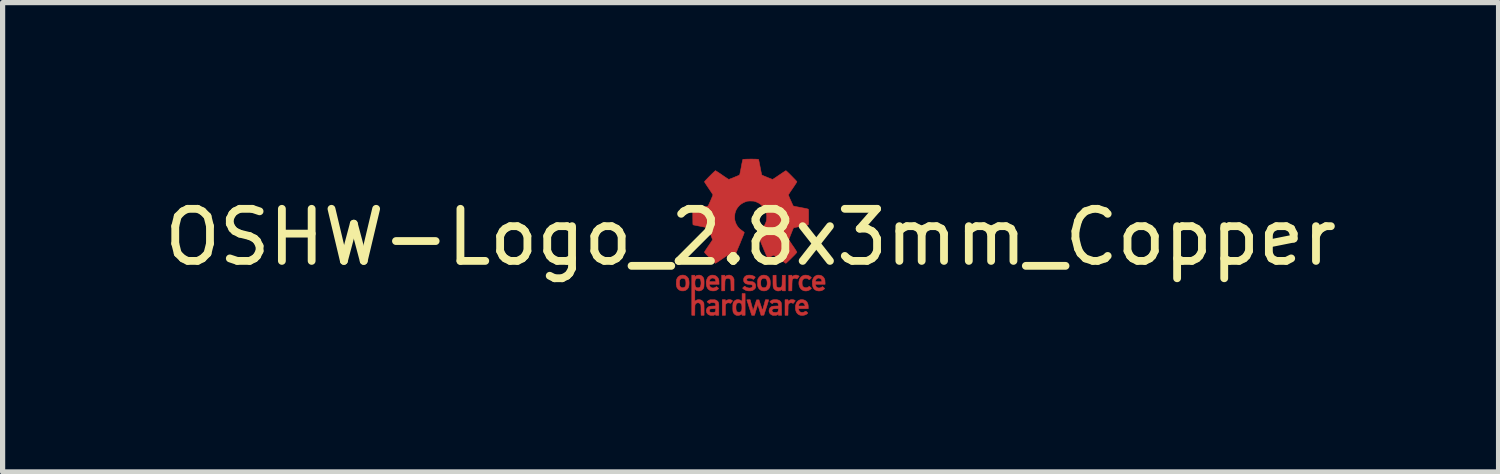
<source format=kicad_pcb>
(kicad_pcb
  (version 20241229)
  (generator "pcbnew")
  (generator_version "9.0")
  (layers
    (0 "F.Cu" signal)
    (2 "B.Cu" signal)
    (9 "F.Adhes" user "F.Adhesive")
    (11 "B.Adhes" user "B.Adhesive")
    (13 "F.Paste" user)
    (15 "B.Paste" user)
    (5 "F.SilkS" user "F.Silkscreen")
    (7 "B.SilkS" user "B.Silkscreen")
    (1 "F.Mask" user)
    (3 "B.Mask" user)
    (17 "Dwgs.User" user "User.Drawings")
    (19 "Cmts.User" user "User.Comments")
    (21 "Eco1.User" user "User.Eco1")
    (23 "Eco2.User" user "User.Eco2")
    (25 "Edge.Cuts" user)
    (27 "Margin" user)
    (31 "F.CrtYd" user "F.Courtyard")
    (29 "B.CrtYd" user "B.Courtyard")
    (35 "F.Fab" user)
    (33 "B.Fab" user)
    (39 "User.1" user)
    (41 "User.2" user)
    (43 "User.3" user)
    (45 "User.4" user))
  (footprint "OSHW-Logo_2.8x3mm_Copper"
    (layer "F.Cu")
    (at 11.363 1.505)
    (property "Reference" "OSHW-Logo_2.8x3mm_Copper" (at 0 0 0) (layer "F.SilkS") (effects (font (size 1 1) (thickness 0.15))))
    (attr exclude_from_pos_files exclude_from_bom)
    (fp_poly (pts (xy 0.897 0.731) (xy 0.915 0.738) (xy 0.925 0.744) (xy 0.934 0.751) (xy 0.892 0.802) (xy 0.877 0.795) (xy 0.859 0.789) (xy 0.842 0.789) (xy 0.825 0.795) (xy 0.817 0.798) (xy 0.811 0.802) (xy 0.806 0.808) (xy 0.803 0.815) (xy 0.8 0.824) (xy 0.798 0.838) (xy 0.797 0.855) (xy 0.796 0.878) (xy 0.795 0.907) (xy 0.795 0.927) (xy 0.793 1.029) (xy 0.733 1.031) (xy 0.733 0.73) (xy 0.795 0.73) (xy 0.795 0.759) (xy 0.807 0.75) (xy 0.826 0.738) (xy 0.845 0.73) (xy 0.859 0.728) (xy 0.877 0.727) (xy 0.897 0.731)) (stroke (width 0.01) (type solid)) (fill yes) (layer "F.Cu"))
    (fp_poly (pts (xy 0.816 1.2) (xy 0.835 1.205) (xy 0.85 1.213) (xy 0.855 1.216) (xy 0.857 1.219) (xy 0.857 1.222) (xy 0.854 1.227) (xy 0.848 1.235) (xy 0.839 1.247) (xy 0.828 1.259) (xy 0.818 1.272) (xy 0.805 1.266) (xy 0.786 1.26) (xy 0.767 1.26) (xy 0.749 1.266) (xy 0.734 1.277) (xy 0.729 1.284) (xy 0.726 1.289) (xy 0.724 1.293) (xy 0.723 1.298) (xy 0.722 1.306) (xy 0.721 1.316) (xy 0.72 1.331) (xy 0.72 1.35) (xy 0.72 1.374) (xy 0.719 1.398) (xy 0.718 1.499) (xy 0.661 1.499) (xy 0.661 1.201) (xy 0.719 1.201) (xy 0.719 1.23) (xy 0.736 1.218) (xy 0.755 1.207) (xy 0.772 1.2) (xy 0.792 1.198) (xy 0.798 1.198) (xy 0.816 1.2)) (stroke (width 0.01) (type solid)) (fill yes) (layer "F.Cu"))
    (fp_poly (pts (xy -0.385 1.2) (xy -0.372 1.205) (xy -0.371 1.205) (xy -0.358 1.211) (xy -0.35 1.216) (xy -0.348 1.222) (xy -0.352 1.23) (xy -0.36 1.241) (xy -0.365 1.246) (xy -0.374 1.257) (xy -0.382 1.265) (xy -0.387 1.27) (xy -0.388 1.27) (xy -0.392 1.269) (xy -0.399 1.265) (xy -0.408 1.262) (xy -0.421 1.26) (xy -0.426 1.26) (xy -0.447 1.263) (xy -0.464 1.272) (xy -0.475 1.286) (xy -0.478 1.29) (xy -0.479 1.294) (xy -0.481 1.3) (xy -0.481 1.309) (xy -0.482 1.32) (xy -0.482 1.336) (xy -0.483 1.357) (xy -0.483 1.384) (xy -0.483 1.398) (xy -0.483 1.499) (xy -0.544 1.499) (xy -0.544 1.201) (xy -0.483 1.201) (xy -0.483 1.232) (xy -0.473 1.222) (xy -0.455 1.209) (xy -0.434 1.202) (xy -0.414 1.199) (xy -0.398 1.198) (xy -0.385 1.2)) (stroke (width 0.01) (type solid)) (fill yes) (layer "F.Cu"))
    (fp_poly (pts (xy -0.384 0.732) (xy -0.362 0.743) (xy -0.343 0.76) (xy -0.329 0.782) (xy -0.318 0.803) (xy -0.318 1.029) (xy -0.376 1.029) (xy -0.377 0.927) (xy -0.378 0.897) (xy -0.379 0.873) (xy -0.379 0.855) (xy -0.38 0.841) (xy -0.381 0.832) (xy -0.382 0.825) (xy -0.383 0.82) (xy -0.385 0.816) (xy -0.387 0.814) (xy -0.402 0.799) (xy -0.42 0.79) (xy -0.439 0.788) (xy -0.459 0.793) (xy -0.462 0.794) (xy -0.47 0.799) (xy -0.476 0.803) (xy -0.482 0.808) (xy -0.485 0.815) (xy -0.488 0.825) (xy -0.49 0.838) (xy -0.492 0.855) (xy -0.493 0.877) (xy -0.493 0.906) (xy -0.494 0.927) (xy -0.495 1.029) (xy -0.555 1.031) (xy -0.555 0.73) (xy -0.494 0.73) (xy -0.494 0.759) (xy -0.482 0.75) (xy -0.458 0.736) (xy -0.433 0.729) (xy -0.408 0.727) (xy -0.384 0.732)) (stroke (width 0.01) (type solid)) (fill yes) (layer "F.Cu"))
    (fp_poly (pts (xy 0.668 1.031) (xy 0.638 1.03) (xy 0.608 1.029) (xy 0.607 1.016) (xy 0.606 1.003) (xy 0.588 1.015) (xy 0.575 1.022) (xy 0.563 1.027) (xy 0.556 1.029) (xy 0.545 1.031) (xy 0.536 1.032) (xy 0.535 1.032) (xy 0.527 1.032) (xy 0.516 1.031) (xy 0.513 1.031) (xy 0.488 1.022) (xy 0.465 1.007) (xy 0.455 0.997) (xy 0.448 0.989) (xy 0.443 0.981) (xy 0.439 0.973) (xy 0.436 0.963) (xy 0.433 0.951) (xy 0.432 0.935) (xy 0.431 0.916) (xy 0.43 0.891) (xy 0.43 0.86) (xy 0.43 0.838) (xy 0.43 0.731) (xy 0.49 0.729) (xy 0.491 0.83) (xy 0.491 0.863) (xy 0.492 0.889) (xy 0.493 0.909) (xy 0.494 0.925) (xy 0.496 0.937) (xy 0.5 0.946) (xy 0.504 0.952) (xy 0.51 0.957) (xy 0.518 0.962) (xy 0.524 0.965) (xy 0.543 0.971) (xy 0.562 0.97) (xy 0.579 0.963) (xy 0.584 0.959) (xy 0.59 0.955) (xy 0.594 0.95) (xy 0.598 0.944) (xy 0.6 0.937) (xy 0.602 0.928) (xy 0.604 0.915) (xy 0.605 0.898) (xy 0.605 0.875) (xy 0.606 0.847) (xy 0.606 0.833) (xy 0.608 0.731) (xy 0.638 0.73) (xy 0.668 0.729) (xy 0.668 1.031)) (stroke (width 0.01) (type solid)) (fill yes) (layer "F.Cu"))
    (fp_poly (pts (xy -0.105 1.499) (xy -0.163 1.499) (xy -0.163 1.47) (xy -0.182 1.483) (xy -0.207 1.496) (xy -0.234 1.502) (xy -0.26 1.501) (xy -0.279 1.497) (xy -0.296 1.488) (xy -0.312 1.474) (xy -0.326 1.457) (xy -0.335 1.439) (xy -0.336 1.437) (xy -0.338 1.424) (xy -0.34 1.406) (xy -0.341 1.384) (xy -0.342 1.36) (xy -0.341 1.352) (xy -0.281 1.352) (xy -0.28 1.381) (xy -0.276 1.403) (xy -0.27 1.42) (xy -0.261 1.431) (xy -0.248 1.437) (xy -0.231 1.44) (xy -0.219 1.44) (xy -0.205 1.439) (xy -0.196 1.436) (xy -0.188 1.431) (xy -0.186 1.429) (xy -0.177 1.417) (xy -0.171 1.402) (xy -0.167 1.383) (xy -0.166 1.357) (xy -0.166 1.35) (xy -0.167 1.323) (xy -0.17 1.302) (xy -0.175 1.286) (xy -0.183 1.274) (xy -0.186 1.272) (xy -0.193 1.266) (xy -0.201 1.262) (xy -0.213 1.261) (xy -0.219 1.26) (xy -0.239 1.261) (xy -0.254 1.265) (xy -0.265 1.274) (xy -0.273 1.287) (xy -0.278 1.306) (xy -0.281 1.332) (xy -0.281 1.352) (xy -0.341 1.352) (xy -0.341 1.335) (xy -0.341 1.311) (xy -0.339 1.289) (xy -0.337 1.272) (xy -0.335 1.263) (xy -0.326 1.243) (xy -0.311 1.225) (xy -0.292 1.211) (xy -0.276 1.203) (xy -0.252 1.198) (xy -0.229 1.199) (xy -0.205 1.206) (xy -0.18 1.219) (xy -0.171 1.225) (xy -0.163 1.231) (xy -0.163 1.082) (xy -0.105 1.082) (xy -0.105 1.499)) (stroke (width 0.01) (type solid)) (fill yes) (layer "F.Cu"))
    (fp_poly (pts (xy 1.089 0.731) (xy 1.115 0.738) (xy 1.137 0.75) (xy 1.151 0.761) (xy 1.169 0.778) (xy 1.157 0.79) (xy 1.148 0.8) (xy 1.138 0.808) (xy 1.135 0.81) (xy 1.126 0.817) (xy 1.109 0.804) (xy 1.089 0.793) (xy 1.068 0.788) (xy 1.047 0.789) (xy 1.028 0.796) (xy 1.011 0.808) (xy 0.999 0.825) (xy 0.998 0.826) (xy 0.994 0.836) (xy 0.991 0.845) (xy 0.99 0.856) (xy 0.989 0.872) (xy 0.989 0.88) (xy 0.99 0.903) (xy 0.993 0.921) (xy 0.998 0.935) (xy 1.006 0.946) (xy 1.009 0.95) (xy 1.025 0.962) (xy 1.045 0.969) (xy 1.066 0.971) (xy 1.087 0.967) (xy 1.107 0.958) (xy 1.117 0.95) (xy 1.123 0.945) (xy 1.128 0.944) (xy 1.132 0.947) (xy 1.14 0.954) (xy 1.15 0.963) (xy 1.151 0.963) (xy 1.169 0.981) (xy 1.158 0.993) (xy 1.148 1.001) (xy 1.135 1.01) (xy 1.126 1.016) (xy 1.113 1.022) (xy 1.101 1.026) (xy 1.088 1.029) (xy 1.069 1.032) (xy 1.069 1.032) (xy 1.061 1.032) (xy 1.05 1.032) (xy 1.041 1.031) (xy 1.013 1.024) (xy 0.988 1.011) (xy 0.966 0.993) (xy 0.949 0.97) (xy 0.937 0.943) (xy 0.929 0.912) (xy 0.927 0.878) (xy 0.929 0.851) (xy 0.937 0.818) (xy 0.95 0.789) (xy 0.968 0.765) (xy 0.991 0.747) (xy 1.007 0.738) (xy 1.02 0.733) (xy 1.032 0.73) (xy 1.045 0.728) (xy 1.06 0.728) (xy 1.089 0.731)) (stroke (width 0.01) (type solid)) (fill yes) (layer "F.Cu"))
    (fp_poly (pts (xy 0.991 1.199) (xy 1.019 1.203) (xy 1.043 1.212) (xy 1.064 1.226) (xy 1.065 1.227) (xy 1.083 1.246) (xy 1.095 1.268) (xy 1.103 1.294) (xy 1.107 1.325) (xy 1.107 1.338) (xy 1.107 1.372) (xy 0.922 1.372) (xy 0.922 1.382) (xy 0.924 1.395) (xy 0.931 1.41) (xy 0.939 1.423) (xy 0.944 1.429) (xy 0.961 1.439) (xy 0.98 1.444) (xy 1.002 1.444) (xy 1.025 1.438) (xy 1.047 1.426) (xy 1.053 1.422) (xy 1.057 1.421) (xy 1.062 1.422) (xy 1.07 1.427) (xy 1.08 1.435) (xy 1.089 1.444) (xy 1.096 1.452) (xy 1.099 1.457) (xy 1.099 1.457) (xy 1.095 1.461) (xy 1.088 1.468) (xy 1.08 1.475) (xy 1.055 1.489) (xy 1.026 1.498) (xy 0.996 1.502) (xy 0.965 1.5) (xy 0.945 1.495) (xy 0.92 1.484) (xy 0.9 1.467) (xy 0.883 1.445) (xy 0.871 1.418) (xy 0.863 1.388) (xy 0.861 1.355) (xy 0.863 1.321) (xy 0.921 1.321) (xy 1.045 1.321) (xy 1.045 1.313) (xy 1.043 1.301) (xy 1.036 1.287) (xy 1.027 1.274) (xy 1.017 1.264) (xy 1.016 1.264) (xy 1.008 1.259) (xy 0.999 1.257) (xy 0.987 1.256) (xy 0.981 1.257) (xy 0.959 1.261) (xy 0.943 1.27) (xy 0.931 1.284) (xy 0.924 1.305) (xy 0.924 1.308) (xy 0.921 1.321) (xy 0.863 1.321) (xy 0.863 1.319) (xy 0.866 1.304) (xy 0.875 1.272) (xy 0.889 1.246) (xy 0.908 1.225) (xy 0.93 1.21) (xy 0.956 1.201) (xy 0.985 1.198) (xy 0.991 1.199)) (stroke (width 0.01) (type solid)) (fill yes) (layer "F.Cu"))
    (fp_poly (pts (xy 0.285 0.731) (xy 0.31 0.739) (xy 0.333 0.753) (xy 0.337 0.757) (xy 0.354 0.776) (xy 0.366 0.796) (xy 0.374 0.82) (xy 0.377 0.847) (xy 0.378 0.879) (xy 0.377 0.909) (xy 0.374 0.936) (xy 0.369 0.958) (xy 0.365 0.968) (xy 0.349 0.991) (xy 0.329 1.009) (xy 0.305 1.023) (xy 0.277 1.03) (xy 0.247 1.031) (xy 0.235 1.03) (xy 0.208 1.023) (xy 0.184 1.01) (xy 0.164 0.992) (xy 0.148 0.968) (xy 0.141 0.95) (xy 0.138 0.94) (xy 0.136 0.929) (xy 0.135 0.918) (xy 0.134 0.903) (xy 0.135 0.884) (xy 0.135 0.882) (xy 0.195 0.882) (xy 0.195 0.882) (xy 0.196 0.908) (xy 0.199 0.928) (xy 0.204 0.943) (xy 0.212 0.954) (xy 0.223 0.963) (xy 0.235 0.968) (xy 0.253 0.971) (xy 0.273 0.969) (xy 0.288 0.963) (xy 0.302 0.951) (xy 0.311 0.935) (xy 0.317 0.913) (xy 0.319 0.885) (xy 0.318 0.863) (xy 0.315 0.839) (xy 0.31 0.821) (xy 0.302 0.807) (xy 0.29 0.798) (xy 0.285 0.795) (xy 0.264 0.788) (xy 0.244 0.789) (xy 0.225 0.796) (xy 0.213 0.805) (xy 0.206 0.814) (xy 0.201 0.824) (xy 0.197 0.839) (xy 0.195 0.857) (xy 0.195 0.882) (xy 0.135 0.882) (xy 0.135 0.87) (xy 0.135 0.849) (xy 0.136 0.833) (xy 0.137 0.821) (xy 0.139 0.812) (xy 0.142 0.804) (xy 0.145 0.796) (xy 0.146 0.794) (xy 0.16 0.774) (xy 0.177 0.755) (xy 0.197 0.741) (xy 0.212 0.734) (xy 0.228 0.73) (xy 0.248 0.728) (xy 0.256 0.728) (xy 0.285 0.731)) (stroke (width 0.01) (type solid)) (fill yes) (layer "F.Cu"))
    (fp_poly (pts (xy -1.278 0.729) (xy -1.254 0.736) (xy -1.252 0.738) (xy -1.229 0.751) (xy -1.21 0.77) (xy -1.195 0.791) (xy -1.194 0.793) (xy -1.187 0.813) (xy -1.183 0.837) (xy -1.181 0.864) (xy -1.181 0.893) (xy -1.183 0.92) (xy -1.187 0.945) (xy -1.194 0.965) (xy -1.195 0.968) (xy -1.211 0.992) (xy -1.232 1.01) (xy -1.256 1.023) (xy -1.284 1.03) (xy -1.315 1.031) (xy -1.326 1.03) (xy -1.352 1.023) (xy -1.376 1.01) (xy -1.39 0.998) (xy -1.404 0.982) (xy -1.414 0.965) (xy -1.421 0.945) (xy -1.425 0.92) (xy -1.426 0.891) (xy -1.426 0.88) (xy -1.365 0.88) (xy -1.365 0.88) (xy -1.365 0.9) (xy -1.364 0.914) (xy -1.362 0.924) (xy -1.36 0.933) (xy -1.357 0.939) (xy -1.346 0.955) (xy -1.33 0.966) (xy -1.312 0.971) (xy -1.292 0.97) (xy -1.274 0.963) (xy -1.261 0.954) (xy -1.251 0.941) (xy -1.245 0.924) (xy -1.242 0.902) (xy -1.242 0.874) (xy -1.242 0.871) (xy -1.244 0.847) (xy -1.247 0.829) (xy -1.252 0.815) (xy -1.261 0.805) (xy -1.272 0.797) (xy -1.274 0.796) (xy -1.288 0.79) (xy -1.301 0.788) (xy -1.31 0.789) (xy -1.328 0.792) (xy -1.342 0.801) (xy -1.354 0.815) (xy -1.357 0.82) (xy -1.36 0.828) (xy -1.363 0.836) (xy -1.364 0.846) (xy -1.365 0.86) (xy -1.365 0.88) (xy -1.426 0.88) (xy -1.426 0.864) (xy -1.425 0.844) (xy -1.424 0.83) (xy -1.422 0.819) (xy -1.42 0.81) (xy -1.416 0.801) (xy -1.412 0.794) (xy -1.399 0.771) (xy -1.381 0.754) (xy -1.359 0.74) (xy -1.354 0.737) (xy -1.331 0.73) (xy -1.305 0.727) (xy -1.278 0.729)) (stroke (width 0.01) (type solid)) (fill yes) (layer "F.Cu"))
    (fp_poly (pts (xy -0.728 0.728) (xy -0.697 0.731) (xy -0.671 0.741) (xy -0.648 0.756) (xy -0.629 0.778) (xy -0.62 0.794) (xy -0.615 0.805) (xy -0.611 0.815) (xy -0.609 0.824) (xy -0.608 0.837) (xy -0.607 0.853) (xy -0.607 0.861) (xy -0.605 0.904) (xy -0.698 0.904) (xy -0.727 0.904) (xy -0.75 0.904) (xy -0.767 0.904) (xy -0.779 0.905) (xy -0.786 0.907) (xy -0.79 0.909) (xy -0.791 0.913) (xy -0.79 0.919) (xy -0.788 0.926) (xy -0.787 0.93) (xy -0.778 0.948) (xy -0.764 0.962) (xy -0.746 0.971) (xy -0.725 0.975) (xy -0.709 0.974) (xy -0.697 0.971) (xy -0.683 0.965) (xy -0.674 0.96) (xy -0.654 0.948) (xy -0.636 0.963) (xy -0.627 0.971) (xy -0.619 0.977) (xy -0.615 0.98) (xy -0.615 0.985) (xy -0.621 0.993) (xy -0.623 0.995) (xy -0.644 1.012) (xy -0.67 1.024) (xy -0.699 1.031) (xy -0.732 1.031) (xy -0.743 1.03) (xy -0.763 1.026) (xy -0.784 1.018) (xy -0.802 1.007) (xy -0.808 1.003) (xy -0.825 0.983) (xy -0.838 0.959) (xy -0.847 0.931) (xy -0.851 0.901) (xy -0.852 0.87) (xy -0.85 0.853) (xy -0.792 0.853) (xy -0.668 0.853) (xy -0.668 0.843) (xy -0.671 0.828) (xy -0.678 0.813) (xy -0.687 0.8) (xy -0.694 0.795) (xy -0.714 0.786) (xy -0.734 0.784) (xy -0.752 0.789) (xy -0.768 0.799) (xy -0.781 0.815) (xy -0.789 0.835) (xy -0.79 0.839) (xy -0.792 0.853) (xy -0.85 0.853) (xy -0.848 0.838) (xy -0.84 0.809) (xy -0.827 0.782) (xy -0.817 0.766) (xy -0.804 0.754) (xy -0.788 0.743) (xy -0.781 0.74) (xy -0.768 0.733) (xy -0.756 0.73) (xy -0.745 0.728) (xy -0.729 0.728) (xy -0.728 0.728)) (stroke (width 0.01) (type solid)) (fill yes) (layer "F.Cu"))
    (fp_poly (pts (xy 0.018 1.298) (xy 0.025 1.324) (xy 0.032 1.348) (xy 0.037 1.368) (xy 0.042 1.385) (xy 0.045 1.396) (xy 0.047 1.402) (xy 0.047 1.402) (xy 0.049 1.401) (xy 0.052 1.393) (xy 0.058 1.378) (xy 0.065 1.358) (xy 0.074 1.331) (xy 0.082 1.306) (xy 0.115 1.203) (xy 0.161 1.203) (xy 0.194 1.305) (xy 0.204 1.334) (xy 0.212 1.357) (xy 0.218 1.374) (xy 0.222 1.387) (xy 0.226 1.394) (xy 0.228 1.398) (xy 0.23 1.399) (xy 0.231 1.397) (xy 0.231 1.397) (xy 0.233 1.392) (xy 0.236 1.38) (xy 0.241 1.363) (xy 0.247 1.342) (xy 0.253 1.319) (xy 0.26 1.295) (xy 0.285 1.201) (xy 0.317 1.201) (xy 0.331 1.202) (xy 0.342 1.202) (xy 0.348 1.204) (xy 0.348 1.204) (xy 0.347 1.208) (xy 0.344 1.218) (xy 0.339 1.234) (xy 0.333 1.254) (xy 0.325 1.278) (xy 0.317 1.306) (xy 0.307 1.336) (xy 0.302 1.352) (xy 0.255 1.497) (xy 0.201 1.499) (xy 0.17 1.398) (xy 0.163 1.372) (xy 0.155 1.349) (xy 0.149 1.329) (xy 0.144 1.314) (xy 0.14 1.303) (xy 0.138 1.299) (xy 0.138 1.299) (xy 0.136 1.303) (xy 0.132 1.313) (xy 0.128 1.327) (xy 0.122 1.346) (xy 0.115 1.367) (xy 0.114 1.37) (xy 0.107 1.394) (xy 0.1 1.417) (xy 0.094 1.439) (xy 0.088 1.457) (xy 0.085 1.469) (xy 0.076 1.499) (xy 0.022 1.499) (xy -0.001 1.426) (xy -0.01 1.397) (xy -0.021 1.365) (xy -0.031 1.332) (xy -0.041 1.301) (xy -0.047 1.281) (xy -0.054 1.26) (xy -0.061 1.24) (xy -0.066 1.224) (xy -0.07 1.212) (xy -0.072 1.206) (xy -0.072 1.206) (xy -0.071 1.204) (xy -0.065 1.202) (xy -0.053 1.202) (xy -0.041 1.201) (xy -0.008 1.201) (xy 0.018 1.298)) (stroke (width 0.01) (type solid)) (fill yes) (layer "F.Cu"))
    (fp_poly (pts (xy 0.493 1.199) (xy 0.524 1.204) (xy 0.549 1.213) (xy 0.569 1.228) (xy 0.583 1.247) (xy 0.587 1.254) (xy 0.589 1.259) (xy 0.59 1.265) (xy 0.591 1.272) (xy 0.592 1.283) (xy 0.593 1.297) (xy 0.594 1.315) (xy 0.594 1.339) (xy 0.594 1.368) (xy 0.595 1.384) (xy 0.596 1.499) (xy 0.534 1.499) (xy 0.534 1.474) (xy 0.523 1.484) (xy 0.509 1.493) (xy 0.49 1.499) (xy 0.468 1.502) (xy 0.445 1.502) (xy 0.423 1.499) (xy 0.417 1.497) (xy 0.399 1.488) (xy 0.381 1.475) (xy 0.367 1.459) (xy 0.362 1.451) (xy 0.357 1.436) (xy 0.354 1.418) (xy 0.354 1.412) (xy 0.356 1.401) (xy 0.412 1.401) (xy 0.412 1.415) (xy 0.419 1.428) (xy 0.431 1.438) (xy 0.432 1.438) (xy 0.443 1.442) (xy 0.459 1.444) (xy 0.477 1.445) (xy 0.495 1.444) (xy 0.508 1.442) (xy 0.51 1.441) (xy 0.52 1.435) (xy 0.527 1.427) (xy 0.531 1.413) (xy 0.533 1.397) (xy 0.535 1.372) (xy 0.495 1.372) (xy 0.468 1.373) (xy 0.446 1.375) (xy 0.431 1.379) (xy 0.42 1.386) (xy 0.414 1.395) (xy 0.412 1.401) (xy 0.356 1.401) (xy 0.358 1.387) (xy 0.367 1.364) (xy 0.383 1.346) (xy 0.404 1.332) (xy 0.412 1.328) (xy 0.419 1.327) (xy 0.432 1.325) (xy 0.45 1.324) (xy 0.469 1.322) (xy 0.478 1.322) (xy 0.534 1.32) (xy 0.534 1.303) (xy 0.532 1.285) (xy 0.528 1.272) (xy 0.519 1.263) (xy 0.505 1.258) (xy 0.486 1.256) (xy 0.468 1.256) (xy 0.452 1.257) (xy 0.442 1.259) (xy 0.434 1.261) (xy 0.429 1.265) (xy 0.426 1.267) (xy 0.416 1.277) (xy 0.403 1.267) (xy 0.392 1.259) (xy 0.381 1.251) (xy 0.379 1.249) (xy 0.369 1.241) (xy 0.381 1.228) (xy 0.397 1.215) (xy 0.414 1.206) (xy 0.436 1.201) (xy 0.458 1.199) (xy 0.493 1.199)) (stroke (width 0.01) (type solid)) (fill yes) (layer "F.Cu"))
    (fp_poly (pts (xy 1.308 0.728) (xy 1.339 0.731) (xy 1.366 0.741) (xy 1.388 0.756) (xy 1.407 0.778) (xy 1.416 0.794) (xy 1.421 0.805) (xy 1.425 0.815) (xy 1.427 0.824) (xy 1.428 0.837) (xy 1.429 0.853) (xy 1.43 0.861) (xy 1.431 0.904) (xy 1.338 0.904) (xy 1.309 0.904) (xy 1.286 0.904) (xy 1.269 0.904) (xy 1.258 0.905) (xy 1.25 0.907) (xy 1.246 0.909) (xy 1.245 0.913) (xy 1.246 0.919) (xy 1.248 0.926) (xy 1.249 0.93) (xy 1.258 0.948) (xy 1.272 0.962) (xy 1.291 0.971) (xy 1.311 0.975) (xy 1.327 0.974) (xy 1.339 0.971) (xy 1.353 0.965) (xy 1.363 0.96) (xy 1.382 0.948) (xy 1.402 0.965) (xy 1.411 0.973) (xy 1.419 0.98) (xy 1.422 0.983) (xy 1.422 0.983) (xy 1.42 0.988) (xy 1.414 0.995) (xy 1.404 1.003) (xy 1.393 1.011) (xy 1.381 1.017) (xy 1.381 1.018) (xy 1.367 1.023) (xy 1.353 1.028) (xy 1.346 1.029) (xy 1.335 1.031) (xy 1.325 1.032) (xy 1.323 1.032) (xy 1.316 1.032) (xy 1.304 1.032) (xy 1.294 1.031) (xy 1.264 1.024) (xy 1.239 1.011) (xy 1.219 0.994) (xy 1.203 0.97) (xy 1.193 0.942) (xy 1.187 0.908) (xy 1.185 0.88) (xy 1.187 0.845) (xy 1.245 0.845) (xy 1.245 0.848) (xy 1.246 0.85) (xy 1.25 0.851) (xy 1.256 0.852) (xy 1.266 0.853) (xy 1.282 0.853) (xy 1.303 0.853) (xy 1.368 0.853) (xy 1.368 0.843) (xy 1.365 0.824) (xy 1.355 0.808) (xy 1.342 0.795) (xy 1.324 0.787) (xy 1.305 0.784) (xy 1.294 0.786) (xy 1.279 0.792) (xy 1.265 0.803) (xy 1.254 0.818) (xy 1.247 0.834) (xy 1.245 0.845) (xy 1.187 0.845) (xy 1.187 0.843) (xy 1.194 0.811) (xy 1.206 0.785) (xy 1.222 0.763) (xy 1.244 0.746) (xy 1.254 0.74) (xy 1.267 0.734) (xy 1.278 0.73) (xy 1.289 0.728) (xy 1.304 0.728) (xy 1.308 0.728)) (stroke (width 0.01) (type solid)) (fill yes) (layer "F.Cu"))
    (fp_poly (pts (xy 0.001 0.729) (xy 0.025 0.733) (xy 0.034 0.736) (xy 0.05 0.742) (xy 0.065 0.749) (xy 0.078 0.757) (xy 0.087 0.764) (xy 0.089 0.768) (xy 0.088 0.772) (xy 0.082 0.78) (xy 0.074 0.79) (xy 0.073 0.791) (xy 0.056 0.811) (xy 0.031 0.798) (xy 0.016 0.792) (xy 0.004 0.788) (xy -0.009 0.786) (xy -0.022 0.786) (xy -0.039 0.786) (xy -0.051 0.788) (xy -0.059 0.792) (xy -0.059 0.792) (xy -0.07 0.802) (xy -0.074 0.814) (xy -0.074 0.826) (xy -0.068 0.836) (xy -0.061 0.84) (xy -0.054 0.843) (xy -0.041 0.845) (xy -0.024 0.848) (xy -0.01 0.849) (xy 0.013 0.852) (xy 0.031 0.854) (xy 0.045 0.857) (xy 0.055 0.861) (xy 0.064 0.867) (xy 0.07 0.872) (xy 0.085 0.887) (xy 0.094 0.906) (xy 0.098 0.929) (xy 0.098 0.937) (xy 0.097 0.955) (xy 0.095 0.969) (xy 0.089 0.98) (xy 0.079 0.993) (xy 0.076 0.996) (xy 0.056 1.012) (xy 0.032 1.024) (xy 0.002 1.03) (xy -0.031 1.031) (xy -0.047 1.03) (xy -0.064 1.028) (xy -0.081 1.023) (xy -0.091 1.02) (xy -0.104 1.014) (xy -0.119 1.006) (xy -0.132 0.997) (xy -0.143 0.989) (xy -0.15 0.982) (xy -0.152 0.979) (xy -0.15 0.974) (xy -0.143 0.966) (xy -0.133 0.957) (xy -0.133 0.957) (xy -0.113 0.939) (xy -0.101 0.949) (xy -0.077 0.963) (xy -0.05 0.972) (xy -0.023 0.976) (xy 0.002 0.973) (xy 0.003 0.973) (xy 0.021 0.966) (xy 0.032 0.956) (xy 0.037 0.942) (xy 0.038 0.938) (xy 0.035 0.926) (xy 0.028 0.917) (xy 0.015 0.912) (xy 0.001 0.909) (xy -0.028 0.906) (xy -0.051 0.903) (xy -0.068 0.9) (xy -0.082 0.896) (xy -0.093 0.892) (xy -0.102 0.886) (xy -0.11 0.879) (xy -0.115 0.874) (xy -0.125 0.861) (xy -0.131 0.847) (xy -0.134 0.83) (xy -0.135 0.817) (xy -0.131 0.792) (xy -0.122 0.771) (xy -0.106 0.753) (xy -0.085 0.739) (xy -0.068 0.733) (xy -0.048 0.729) (xy -0.024 0.728) (xy 0.001 0.729)) (stroke (width 0.01) (type solid)) (fill yes) (layer "F.Cu"))
    (fp_poly (pts (xy -0.71 1.2) (xy -0.696 1.2) (xy -0.686 1.202) (xy -0.677 1.204) (xy -0.668 1.207) (xy -0.663 1.209) (xy -0.65 1.217) (xy -0.638 1.225) (xy -0.631 1.231) (xy -0.626 1.238) (xy -0.621 1.245) (xy -0.618 1.253) (xy -0.615 1.263) (xy -0.613 1.277) (xy -0.611 1.293) (xy -0.61 1.314) (xy -0.61 1.341) (xy -0.61 1.373) (xy -0.61 1.389) (xy -0.61 1.499) (xy -0.671 1.499) (xy -0.671 1.477) (xy -0.682 1.486) (xy -0.694 1.493) (xy -0.706 1.499) (xy -0.707 1.499) (xy -0.725 1.502) (xy -0.747 1.502) (xy -0.769 1.5) (xy -0.786 1.496) (xy -0.81 1.485) (xy -0.828 1.471) (xy -0.84 1.453) (xy -0.845 1.441) (xy -0.849 1.424) (xy -0.849 1.409) (xy -0.791 1.409) (xy -0.789 1.424) (xy -0.78 1.434) (xy -0.772 1.439) (xy -0.761 1.442) (xy -0.745 1.444) (xy -0.728 1.444) (xy -0.711 1.444) (xy -0.697 1.442) (xy -0.694 1.441) (xy -0.682 1.434) (xy -0.675 1.422) (xy -0.672 1.404) (xy -0.671 1.394) (xy -0.671 1.371) (xy -0.718 1.373) (xy -0.743 1.374) (xy -0.762 1.376) (xy -0.776 1.38) (xy -0.784 1.386) (xy -0.789 1.394) (xy -0.791 1.404) (xy -0.791 1.409) (xy -0.849 1.409) (xy -0.849 1.404) (xy -0.846 1.385) (xy -0.842 1.374) (xy -0.833 1.358) (xy -0.818 1.344) (xy -0.802 1.333) (xy -0.792 1.329) (xy -0.784 1.327) (xy -0.77 1.325) (xy -0.752 1.324) (xy -0.732 1.323) (xy -0.725 1.322) (xy -0.671 1.32) (xy -0.671 1.3) (xy -0.672 1.288) (xy -0.674 1.277) (xy -0.675 1.273) (xy -0.684 1.265) (xy -0.699 1.259) (xy -0.72 1.256) (xy -0.731 1.256) (xy -0.75 1.256) (xy -0.763 1.259) (xy -0.773 1.264) (xy -0.782 1.271) (xy -0.786 1.274) (xy -0.79 1.274) (xy -0.795 1.272) (xy -0.803 1.266) (xy -0.812 1.259) (xy -0.836 1.241) (xy -0.824 1.228) (xy -0.813 1.22) (xy -0.8 1.211) (xy -0.793 1.208) (xy -0.785 1.204) (xy -0.776 1.202) (xy -0.765 1.2) (xy -0.751 1.2) (xy -0.732 1.2) (xy -0.73 1.2) (xy -0.71 1.2)) (stroke (width 0.01) (type solid)) (fill yes) (layer "F.Cu"))
    (fp_poly (pts (xy -0.96 0.732) (xy -0.95 0.736) (xy -0.93 0.75) (xy -0.913 0.768) (xy -0.901 0.789) (xy -0.898 0.797) (xy -0.896 0.809) (xy -0.894 0.826) (xy -0.893 0.847) (xy -0.893 0.87) (xy -0.893 0.895) (xy -0.894 0.918) (xy -0.895 0.939) (xy -0.897 0.957) (xy -0.9 0.97) (xy -0.901 0.973) (xy -0.914 0.995) (xy -0.933 1.012) (xy -0.955 1.025) (xy -0.981 1.031) (xy -0.993 1.032) (xy -1.017 1.029) (xy -1.038 1.021) (xy -1.057 1.009) (xy -1.071 0.998) (xy -1.071 1.23) (xy -1.055 1.218) (xy -1.033 1.206) (xy -1.009 1.199) (xy -0.984 1.199) (xy -0.96 1.204) (xy -0.938 1.214) (xy -0.919 1.23) (xy -0.904 1.25) (xy -0.898 1.264) (xy -0.896 1.272) (xy -0.895 1.286) (xy -0.894 1.306) (xy -0.894 1.334) (xy -0.893 1.368) (xy -0.893 1.387) (xy -0.893 1.499) (xy -0.95 1.499) (xy -0.952 1.4) (xy -0.952 1.371) (xy -0.952 1.347) (xy -0.953 1.329) (xy -0.954 1.316) (xy -0.954 1.306) (xy -0.956 1.299) (xy -0.957 1.294) (xy -0.959 1.29) (xy -0.96 1.289) (xy -0.973 1.273) (xy -0.989 1.263) (xy -1.007 1.259) (xy -1.025 1.261) (xy -1.042 1.268) (xy -1.056 1.281) (xy -1.061 1.289) (xy -1.064 1.293) (xy -1.065 1.298) (xy -1.067 1.304) (xy -1.068 1.312) (xy -1.069 1.324) (xy -1.069 1.34) (xy -1.07 1.362) (xy -1.07 1.389) (xy -1.07 1.4) (xy -1.071 1.499) (xy -1.129 1.499) (xy -1.129 0.875) (xy -1.069 0.875) (xy -1.069 0.88) (xy -1.068 0.907) (xy -1.065 0.927) (xy -1.061 0.943) (xy -1.054 0.954) (xy -1.044 0.962) (xy -1.037 0.966) (xy -1.02 0.971) (xy -1.002 0.971) (xy -0.985 0.967) (xy -0.977 0.963) (xy -0.968 0.954) (xy -0.961 0.938) (xy -0.955 0.918) (xy -0.952 0.895) (xy -0.952 0.87) (xy -0.954 0.849) (xy -0.959 0.826) (xy -0.966 0.809) (xy -0.976 0.798) (xy -0.99 0.791) (xy -1.006 0.789) (xy -1.026 0.79) (xy -1.042 0.796) (xy -1.054 0.808) (xy -1.06 0.818) (xy -1.064 0.827) (xy -1.066 0.835) (xy -1.068 0.845) (xy -1.068 0.858) (xy -1.069 0.875) (xy -1.129 0.875) (xy -1.129 0.73) (xy -1.071 0.73) (xy -1.071 0.744) (xy -1.07 0.754) (xy -1.067 0.758) (xy -1.062 0.755) (xy -1.058 0.752) (xy -1.044 0.74) (xy -1.025 0.733) (xy -1.003 0.729) (xy -0.981 0.728) (xy -0.96 0.732)) (stroke (width 0.01) (type solid)) (fill yes) (layer "F.Cu"))
    (fp_poly (pts (xy 0.041 -1.5) (xy 0.069 -1.499) (xy 0.094 -1.499) (xy 0.115 -1.498) (xy 0.133 -1.497) (xy 0.146 -1.495) (xy 0.152 -1.494) (xy 0.152 -1.494) (xy 0.154 -1.489) (xy 0.157 -1.478) (xy 0.161 -1.461) (xy 0.165 -1.44) (xy 0.17 -1.415) (xy 0.176 -1.386) (xy 0.182 -1.355) (xy 0.184 -1.344) (xy 0.19 -1.312) (xy 0.196 -1.283) (xy 0.201 -1.257) (xy 0.206 -1.234) (xy 0.21 -1.216) (xy 0.213 -1.203) (xy 0.215 -1.196) (xy 0.215 -1.195) (xy 0.22 -1.193) (xy 0.23 -1.188) (xy 0.245 -1.181) (xy 0.264 -1.173) (xy 0.285 -1.164) (xy 0.308 -1.155) (xy 0.331 -1.145) (xy 0.354 -1.136) (xy 0.375 -1.128) (xy 0.393 -1.121) (xy 0.408 -1.115) (xy 0.418 -1.112) (xy 0.422 -1.111) (xy 0.427 -1.113) (xy 0.436 -1.118) (xy 0.45 -1.127) (xy 0.469 -1.139) (xy 0.49 -1.153) (xy 0.514 -1.17) (xy 0.54 -1.187) (xy 0.55 -1.194) (xy 0.577 -1.212) (xy 0.602 -1.229) (xy 0.624 -1.244) (xy 0.644 -1.257) (xy 0.659 -1.267) (xy 0.671 -1.274) (xy 0.677 -1.277) (xy 0.678 -1.278) (xy 0.682 -1.275) (xy 0.691 -1.268) (xy 0.703 -1.257) (xy 0.718 -1.243) (xy 0.736 -1.226) (xy 0.755 -1.207) (xy 0.775 -1.187) (xy 0.795 -1.167) (xy 0.815 -1.146) (xy 0.834 -1.127) (xy 0.851 -1.109) (xy 0.866 -1.093) (xy 0.878 -1.08) (xy 0.886 -1.071) (xy 0.889 -1.066) (xy 0.889 -1.065) (xy 0.887 -1.06) (xy 0.882 -1.051) (xy 0.873 -1.036) (xy 0.861 -1.018) (xy 0.847 -0.996) (xy 0.831 -0.972) (xy 0.813 -0.946) (xy 0.808 -0.938) (xy 0.79 -0.912) (xy 0.773 -0.888) (xy 0.758 -0.865) (xy 0.746 -0.846) (xy 0.736 -0.831) (xy 0.729 -0.82) (xy 0.726 -0.815) (xy 0.726 -0.814) (xy 0.727 -0.809) (xy 0.731 -0.798) (xy 0.737 -0.782) (xy 0.745 -0.763) (xy 0.754 -0.742) (xy 0.764 -0.719) (xy 0.775 -0.696) (xy 0.785 -0.673) (xy 0.795 -0.651) (xy 0.803 -0.632) (xy 0.811 -0.616) (xy 0.817 -0.605) (xy 0.82 -0.599) (xy 0.821 -0.599) (xy 0.826 -0.597) (xy 0.837 -0.595) (xy 0.854 -0.591) (xy 0.875 -0.587) (xy 0.9 -0.582) (xy 0.929 -0.577) (xy 0.959 -0.571) (xy 0.964 -0.57) (xy 1 -0.563) (xy 1.029 -0.558) (xy 1.053 -0.553) (xy 1.071 -0.549) (xy 1.085 -0.546) (xy 1.094 -0.543) (xy 1.101 -0.541) (xy 1.105 -0.539) (xy 1.108 -0.537) (xy 1.11 -0.534) (xy 1.111 -0.531) (xy 1.112 -0.526) (xy 1.113 -0.518) (xy 1.113 -0.507) (xy 1.114 -0.492) (xy 1.114 -0.473) (xy 1.114 -0.448) (xy 1.114 -0.418) (xy 1.114 -0.388) (xy 1.114 -0.352) (xy 1.114 -0.323) (xy 1.114 -0.299) (xy 1.114 -0.281) (xy 1.113 -0.267) (xy 1.113 -0.257) (xy 1.112 -0.25) (xy 1.111 -0.245) (xy 1.109 -0.242) (xy 1.108 -0.24) (xy 1.108 -0.24) (xy 1.1 -0.236) (xy 1.085 -0.231) (xy 1.065 -0.227) (xy 1.024 -0.219) (xy 0.985 -0.212) (xy 0.949 -0.205) (xy 0.916 -0.199) (xy 0.887 -0.194) (xy 0.863 -0.189) (xy 0.845 -0.185) (xy 0.831 -0.182) (xy 0.825 -0.18) (xy 0.824 -0.179) (xy 0.822 -0.175) (xy 0.818 -0.165) (xy 0.811 -0.15) (xy 0.803 -0.131) (xy 0.794 -0.108) (xy 0.784 -0.082) (xy 0.777 -0.066) (xy 0.765 -0.035) (xy 0.755 -0.01) (xy 0.747 0.009) (xy 0.742 0.024) (xy 0.739 0.035) (xy 0.736 0.043) (xy 0.736 0.048) (xy 0.736 0.052) (xy 0.737 0.054) (xy 0.74 0.059) (xy 0.746 0.069) (xy 0.756 0.084) (xy 0.768 0.102) (xy 0.783 0.124) (xy 0.799 0.148) (xy 0.815 0.171) (xy 0.834 0.198) (xy 0.85 0.223) (xy 0.864 0.244) (xy 0.875 0.262) (xy 0.884 0.276) (xy 0.888 0.285) (xy 0.889 0.287) (xy 0.887 0.292) (xy 0.88 0.301) (xy 0.869 0.314) (xy 0.855 0.329) (xy 0.838 0.347) (xy 0.819 0.366) (xy 0.799 0.386) (xy 0.779 0.406) (xy 0.759 0.426) (xy 0.739 0.445) (xy 0.721 0.462) (xy 0.705 0.477) (xy 0.692 0.489) (xy 0.683 0.497) (xy 0.677 0.5) (xy 0.676 0.5) (xy 0.672 0.498) (xy 0.662 0.492) (xy 0.648 0.482) (xy 0.63 0.47) (xy 0.609 0.456) (xy 0.586 0.44) (xy 0.563 0.425) (xy 0.538 0.408) (xy 0.515 0.392) (xy 0.494 0.378) (xy 0.476 0.366) (xy 0.462 0.356) (xy 0.452 0.35) (xy 0.449 0.348) (xy 0.445 0.347) (xy 0.439 0.347) (xy 0.432 0.349) (xy 0.422 0.354) (xy 0.407 0.361) (xy 0.388 0.372) (xy 0.37 0.381) (xy 0.354 0.389) (xy 0.341 0.395) (xy 0.332 0.398) (xy 0.329 0.398) (xy 0.327 0.397) (xy 0.324 0.392) (xy 0.32 0.384) (xy 0.314 0.372) (xy 0.307 0.356) (xy 0.298 0.336) (xy 0.287 0.31) (xy 0.274 0.28) (xy 0.258 0.243) (xy 0.241 0.201) (xy 0.224 0.162) (xy 0.208 0.122) (xy 0.193 0.084) (xy 0.178 0.049) (xy 0.165 0.017) (xy 0.153 -0.012) (xy 0.144 -0.037) (xy 0.136 -0.058) (xy 0.13 -0.073) (xy 0.127 -0.082) (xy 0.126 -0.085) (xy 0.126 -0.09) (xy 0.128 -0.095) (xy 0.134 -0.1) (xy 0.143 -0.108) (xy 0.157 -0.118) (xy 0.158 -0.119) (xy 0.189 -0.142) (xy 0.215 -0.164) (xy 0.237 -0.186) (xy 0.255 -0.209) (xy 0.271 -0.235) (xy 0.28 -0.252) (xy 0.293 -0.282) (xy 0.302 -0.31) (xy 0.307 -0.339) (xy 0.309 -0.371) (xy 0.31 -0.387) (xy 0.308 -0.429) (xy 0.301 -0.467) (xy 0.29 -0.503) (xy 0.273 -0.538) (xy 0.26 -0.559) (xy 0.231 -0.596) (xy 0.198 -0.627) (xy 0.161 -0.653) (xy 0.118 -0.674) (xy 0.091 -0.684) (xy 0.078 -0.688) (xy 0.068 -0.691) (xy 0.057 -0.693) (xy 0.045 -0.694) (xy 0.029 -0.694) (xy 0.008 -0.695) (xy 0.002 -0.695) (xy -0.021 -0.695) (xy -0.038 -0.694) (xy -0.051 -0.693) (xy -0.061 -0.692) (xy -0.072 -0.689) (xy -0.084 -0.686) (xy -0.087 -0.684) (xy -0.133 -0.666) (xy -0.174 -0.642) (xy -0.21 -0.614) (xy -0.241 -0.579) (xy -0.256 -0.559) (xy -0.277 -0.524) (xy -0.291 -0.489) (xy -0.301 -0.452) (xy -0.305 -0.412) (xy -0.306 -0.387) (xy -0.305 -0.352) (xy -0.301 -0.322) (xy -0.293 -0.294) (xy -0.282 -0.266) (xy -0.276 -0.252) (xy -0.261 -0.225) (xy -0.245 -0.201) (xy -0.226 -0.178) (xy -0.203 -0.156) (xy -0.175 -0.134) (xy -0.153 -0.118) (xy -0.139 -0.108) (xy -0.13 -0.1) (xy -0.125 -0.095) (xy -0.122 -0.09) (xy -0.122 -0.085) (xy -0.124 -0.08) (xy -0.128 -0.069) (xy -0.134 -0.052) (xy -0.143 -0.03) (xy -0.153 -0.004) (xy -0.165 0.026) (xy -0.179 0.059) (xy -0.193 0.095) (xy -0.209 0.134) (xy -0.221 0.162) (xy -0.241 0.209) (xy -0.258 0.25) (xy -0.273 0.286) (xy -0.285 0.315) (xy -0.296 0.34) (xy -0.305 0.36) (xy -0.312 0.375) (xy -0.317 0.386) (xy -0.321 0.393) (xy -0.324 0.397) (xy -0.325 0.398) (xy -0.331 0.397) (xy -0.341 0.393) (xy -0.356 0.386) (xy -0.373 0.378) (xy -0.384 0.372) (xy -0.404 0.361) (xy -0.419 0.354) (xy -0.429 0.349) (xy -0.436 0.347) (xy -0.441 0.347) (xy -0.444 0.348) (xy -0.449 0.351) (xy -0.459 0.357) (xy -0.474 0.367) (xy -0.492 0.379) (xy -0.513 0.393) (xy -0.537 0.41) (xy -0.559 0.425) (xy -0.584 0.442) (xy -0.607 0.458) (xy -0.628 0.472) (xy -0.646 0.483) (xy -0.66 0.492) (xy -0.669 0.498) (xy -0.673 0.5) (xy -0.676 0.499) (xy -0.682 0.495) (xy -0.691 0.488) (xy -0.703 0.476) (xy -0.719 0.461) (xy -0.739 0.442) (xy -0.764 0.417) (xy -0.783 0.399) (xy -0.811 0.37) (xy -0.834 0.347) (xy -0.852 0.328) (xy -0.867 0.312) (xy -0.877 0.301) (xy -0.883 0.293) (xy -0.885 0.288) (xy -0.886 0.287) (xy -0.884 0.282) (xy -0.878 0.272) (xy -0.868 0.257) (xy -0.856 0.237) (xy -0.841 0.215) (xy -0.824 0.189) (xy -0.811 0.171) (xy -0.794 0.146) (xy -0.778 0.122) (xy -0.764 0.101) (xy -0.752 0.083) (xy -0.742 0.068) (xy -0.736 0.058) (xy -0.733 0.054) (xy -0.732 0.051) (xy -0.732 0.046) (xy -0.734 0.04) (xy -0.736 0.031) (xy -0.741 0.018) (xy -0.747 0.001) (xy -0.755 -0.021) (xy -0.766 -0.048) (xy -0.773 -0.066) (xy -0.784 -0.092) (xy -0.794 -0.117) (xy -0.803 -0.139) (xy -0.811 -0.157) (xy -0.817 -0.17) (xy -0.821 -0.178) (xy -0.822 -0.18) (xy -0.827 -0.181) (xy -0.838 -0.184) (xy -0.854 -0.188) (xy -0.875 -0.192) (xy -0.9 -0.197) (xy -0.928 -0.202) (xy -0.958 -0.208) (xy -0.962 -0.209) (xy -0.992 -0.215) (xy -1.021 -0.22) (xy -1.046 -0.225) (xy -1.068 -0.23) (xy -1.085 -0.233) (xy -1.097 -0.236) (xy -1.103 -0.238) (xy -1.103 -0.238) (xy -1.104 -0.24) (xy -1.106 -0.243) (xy -1.107 -0.248) (xy -1.108 -0.257) (xy -1.108 -0.268) (xy -1.109 -0.284) (xy -1.109 -0.305) (xy -1.109 -0.331) (xy -1.11 -0.364) (xy -1.11 -0.38) (xy -1.11 -0.411) (xy -1.11 -0.441) (xy -1.11 -0.467) (xy -1.11 -0.49) (xy -1.11 -0.509) (xy -1.109 -0.522) (xy -1.109 -0.528) (xy -1.109 -0.529) (xy -1.106 -0.537) (xy -1.101 -0.542) (xy -1.101 -0.542) (xy -1.097 -0.543) (xy -1.085 -0.546) (xy -1.069 -0.549) (xy -1.048 -0.553) (xy -1.023 -0.558) (xy -0.994 -0.563) (xy -0.964 -0.569) (xy -0.959 -0.57) (xy -0.929 -0.576) (xy -0.9 -0.581) (xy -0.874 -0.586) (xy -0.852 -0.591) (xy -0.835 -0.594) (xy -0.823 -0.597) (xy -0.817 -0.599) (xy -0.817 -0.599) (xy -0.814 -0.603) (xy -0.809 -0.612) (xy -0.802 -0.627) (xy -0.794 -0.645) (xy -0.784 -0.666) (xy -0.774 -0.688) (xy -0.764 -0.712) (xy -0.754 -0.735) (xy -0.745 -0.757) (xy -0.736 -0.776) (xy -0.73 -0.793) (xy -0.725 -0.806) (xy -0.722 -0.813) (xy -0.722 -0.814) (xy -0.724 -0.818) (xy -0.73 -0.827) (xy -0.739 -0.841) (xy -0.751 -0.859) (xy -0.765 -0.881) (xy -0.781 -0.904) (xy -0.798 -0.93) (xy -0.804 -0.938) (xy -0.822 -0.965) (xy -0.838 -0.989) (xy -0.853 -1.012) (xy -0.866 -1.031) (xy -0.876 -1.047) (xy -0.882 -1.058) (xy -0.885 -1.064) (xy -0.886 -1.065) (xy -0.883 -1.069) (xy -0.876 -1.078) (xy -0.865 -1.09) (xy -0.851 -1.105) (xy -0.834 -1.123) (xy -0.816 -1.142) (xy -0.796 -1.162) (xy -0.775 -1.183) (xy -0.755 -1.203) (xy -0.736 -1.222) (xy -0.718 -1.239) (xy -0.702 -1.254) (xy -0.689 -1.266) (xy -0.68 -1.274) (xy -0.675 -1.278) (xy -0.674 -1.278) (xy -0.67 -1.276) (xy -0.66 -1.27) (xy -0.646 -1.261) (xy -0.628 -1.249) (xy -0.606 -1.235) (xy -0.582 -1.219) (xy -0.556 -1.201) (xy -0.546 -1.194) (xy -0.52 -1.176) (xy -0.495 -1.159) (xy -0.472 -1.144) (xy -0.453 -1.131) (xy -0.437 -1.121) (xy -0.426 -1.114) (xy -0.419 -1.111) (xy -0.418 -1.111) (xy -0.413 -1.112) (xy -0.402 -1.116) (xy -0.387 -1.122) (xy -0.368 -1.129) (xy -0.347 -1.137) (xy -0.324 -1.147) (xy -0.301 -1.156) (xy -0.278 -1.166) (xy -0.257 -1.174) (xy -0.239 -1.182) (xy -0.225 -1.189) (xy -0.215 -1.193) (xy -0.211 -1.195) (xy -0.21 -1.2) (xy -0.207 -1.21) (xy -0.203 -1.227) (xy -0.199 -1.248) (xy -0.194 -1.273) (xy -0.188 -1.302) (xy -0.182 -1.332) (xy -0.18 -1.344) (xy -0.174 -1.375) (xy -0.169 -1.405) (xy -0.163 -1.431) (xy -0.158 -1.454) (xy -0.154 -1.473) (xy -0.151 -1.486) (xy -0.149 -1.493) (xy -0.149 -1.494) (xy -0.144 -1.495) (xy -0.133 -1.496) (xy -0.116 -1.497) (xy -0.096 -1.498) (xy -0.071 -1.499) (xy -0.044 -1.499) (xy -0.016 -1.5) (xy 0.013 -1.5) (xy 0.041 -1.5)) (stroke (width 0.01) (type solid)) (fill yes) (layer "F.Cu")))
  (gr_rect
    (start -3 -3)
    (end 25.726 6.012)
    (stroke (width 0.1) (type default))
    (fill no)
    (layer "Edge.Cuts")))
</source>
